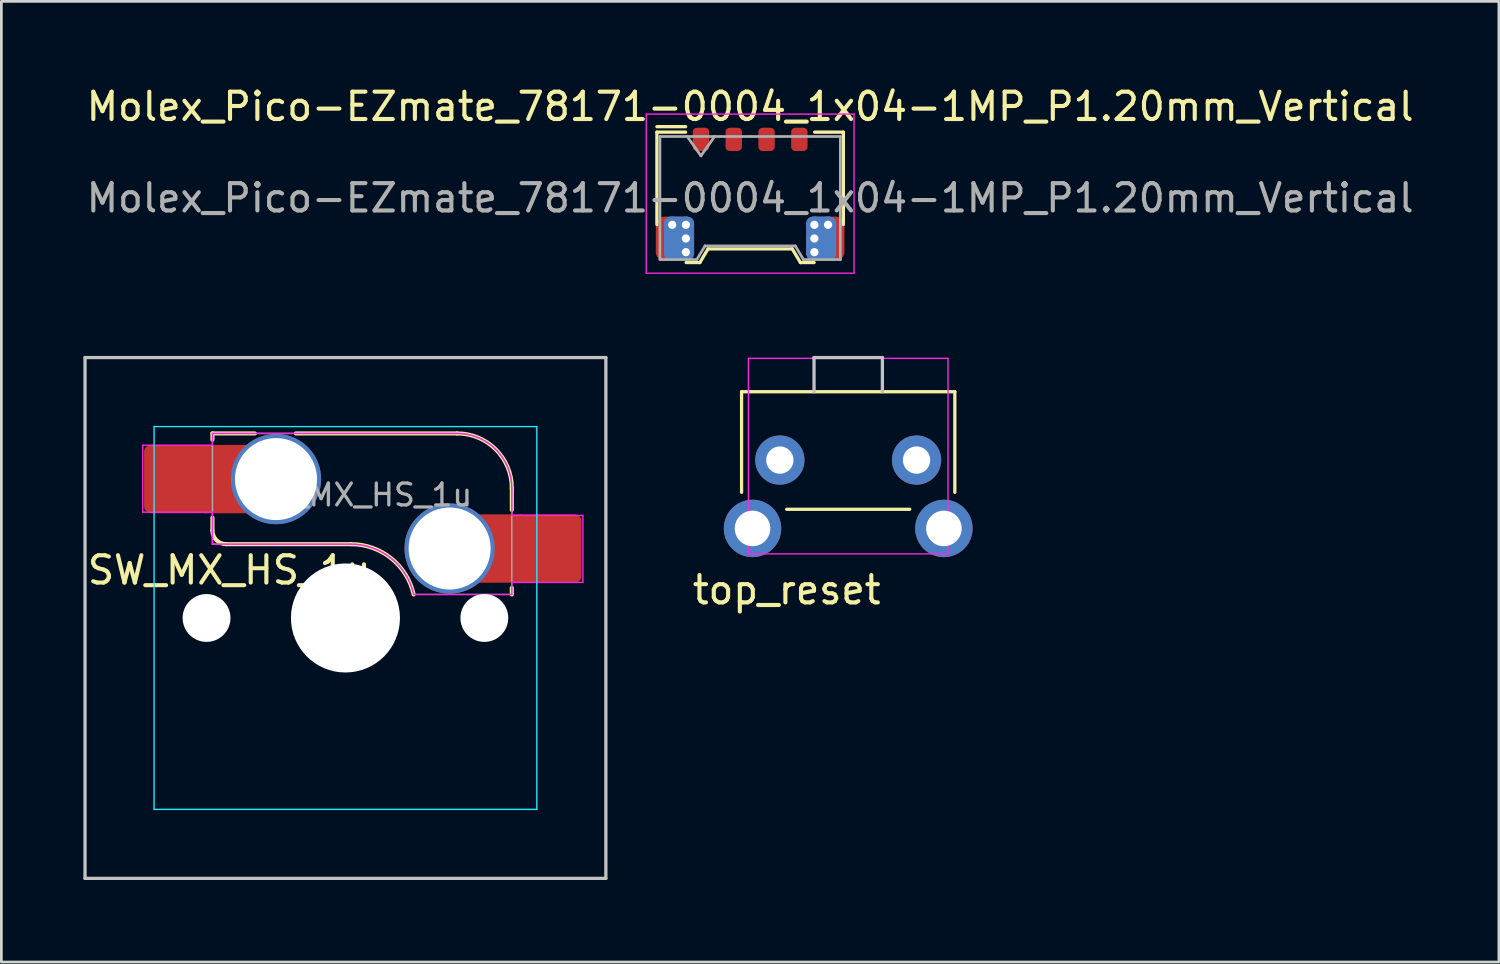
<source format=kicad_pcb>
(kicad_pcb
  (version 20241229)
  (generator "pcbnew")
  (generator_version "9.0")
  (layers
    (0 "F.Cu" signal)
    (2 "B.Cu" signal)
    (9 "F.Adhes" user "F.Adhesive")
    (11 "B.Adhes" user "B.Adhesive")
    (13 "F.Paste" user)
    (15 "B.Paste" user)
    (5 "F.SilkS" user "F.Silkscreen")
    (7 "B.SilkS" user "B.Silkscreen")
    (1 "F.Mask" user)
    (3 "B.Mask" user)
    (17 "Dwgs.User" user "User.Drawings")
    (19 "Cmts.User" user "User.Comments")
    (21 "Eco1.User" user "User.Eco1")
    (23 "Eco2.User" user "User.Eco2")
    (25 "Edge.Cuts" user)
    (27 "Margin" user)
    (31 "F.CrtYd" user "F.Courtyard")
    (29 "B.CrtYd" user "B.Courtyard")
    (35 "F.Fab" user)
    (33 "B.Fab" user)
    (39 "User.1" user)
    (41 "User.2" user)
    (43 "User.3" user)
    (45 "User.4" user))
  (footprint "SW_MX_HS_1u"
    (layer "F.Cu")
    (at 9.585 19.553)
    (property "Reference" "SW_MX_HS_1u" (at -4.25 -1.75 0) (layer "F.SilkS") (effects (font (size 1 1) (thickness 0.15))))
    (attr smd)
    (fp_line (start -4.865 -6.75) (end -4.865 -6.52) (stroke (width 0.15) (type solid)) (layer "F.SilkS"))
    (fp_line (start -4.865 -3.67) (end -4.865 -3.2) (stroke (width 0.15) (type solid)) (layer "F.SilkS"))
    (fp_line (start -4.365 -2.7) (end 0.2 -2.7) (stroke (width 0.15) (type solid)) (layer "F.SilkS"))
    (fp_line (start -3.315 -6.75) (end -4.865 -6.75) (stroke (width 0.15) (type solid)) (layer "F.SilkS"))
    (fp_line (start 4.085 -6.75) (end -1.815 -6.75) (stroke (width 0.15) (type solid)) (layer "F.SilkS"))
    (fp_line (start 6.085 -3.95) (end 6.085 -4.75) (stroke (width 0.15) (type solid)) (layer "F.SilkS"))
    (fp_line (start 6.085 -1.1) (end 6.085 -0.86) (stroke (width 0.15) (type solid)) (layer "F.SilkS"))
    (fp_arc (start -4.364824 -2.70022) (mid -4.718377 -2.846667) (end -4.864824 -3.20022) (stroke (width 0.15) (type solid)) (layer "F.SilkS"))
    (fp_arc (start 0.2 -2.70022) (mid 1.670693 -2.183637) (end 2.494322 -0.86022) (stroke (width 0.15) (type solid)) (layer "F.SilkS"))
    (fp_arc (start 4.085176 -6.75022) (mid 5.49939 -6.164434) (end 6.085176 -4.75022) (stroke (width 0.15) (type solid)) (layer "F.SilkS"))
    (fp_line (start -9.525 -9.525) (end 9.525 -9.525) (stroke (width 0.12) (type solid)) (layer "Dwgs.User"))
    (fp_line (start -9.525 9.525) (end -9.525 -9.525) (stroke (width 0.12) (type solid)) (layer "Dwgs.User"))
    (fp_line (start 9.525 -9.525) (end 9.525 9.525) (stroke (width 0.12) (type solid)) (layer "Dwgs.User"))
    (fp_line (start 9.525 9.525) (end -9.525 9.525) (stroke (width 0.12) (type solid)) (layer "Dwgs.User"))
    (fp_line (start -7 -6.5) (end -7 6.5) (stroke (width 0.05) (type solid)) (layer "Eco2.User"))
    (fp_line (start -6.5 7) (end 6.5 7) (stroke (width 0.05) (type solid)) (layer "Eco2.User"))
    (fp_line (start 6.5 -7) (end -6.5 -7) (stroke (width 0.05) (type solid)) (layer "Eco2.User"))
    (fp_line (start 7 6.5) (end 7 -6.5) (stroke (width 0.05) (type solid)) (layer "Eco2.User"))
    (fp_arc (start -7 -6.5) (mid -6.853553 -6.853553) (end -6.5 -7) (stroke (width 0.05) (type solid)) (layer "Eco2.User"))
    (fp_arc (start -6.497236 6.998884) (mid -6.850789 6.852437) (end -6.997236 6.498884) (stroke (width 0.05) (type solid)) (layer "Eco2.User"))
    (fp_arc (start 6.5 -7) (mid 6.853553 -6.853553) (end 7 -6.5) (stroke (width 0.05) (type solid)) (layer "Eco2.User"))
    (fp_arc (start 7 6.5) (mid 6.853553 6.853553) (end 6.5 7) (stroke (width 0.05) (type solid)) (layer "Eco2.User"))
    (fp_line (start -7 -7) (end 7 -7) (stroke (width 0.05) (type solid)) (layer "B.CrtYd"))
    (fp_line (start -7 7) (end -7 -7) (stroke (width 0.05) (type solid)) (layer "B.CrtYd"))
    (fp_line (start 7 -7) (end 7 7) (stroke (width 0.05) (type solid)) (layer "B.CrtYd"))
    (fp_line (start 7 7) (end -7 7) (stroke (width 0.05) (type solid)) (layer "B.CrtYd"))
    (fp_line (start -7.415 -6.32) (end -4.865 -6.32) (stroke (width 0.05) (type solid)) (layer "F.CrtYd"))
    (fp_line (start -7.415 -3.87) (end -7.415 -6.32) (stroke (width 0.05) (type solid)) (layer "F.CrtYd"))
    (fp_line (start -4.865 -6.75) (end -4.865 -6.32) (stroke (width 0.05) (type solid)) (layer "F.CrtYd"))
    (fp_line (start -4.865 -3.87) (end -7.415 -3.87) (stroke (width 0.05) (type solid)) (layer "F.CrtYd"))
    (fp_line (start -4.865 -3.87) (end -4.865 -2.7) (stroke (width 0.05) (type solid)) (layer "F.CrtYd"))
    (fp_line (start -4.865 -2.7) (end 0.2 -2.7) (stroke (width 0.05) (type solid)) (layer "F.CrtYd"))
    (fp_line (start 4.085 -6.75) (end -4.865 -6.75) (stroke (width 0.05) (type solid)) (layer "F.CrtYd"))
    (fp_line (start 6.085 -3.75) (end 6.085 -4.75) (stroke (width 0.05) (type solid)) (layer "F.CrtYd"))
    (fp_line (start 6.085 -3.75) (end 8.685 -3.75) (stroke (width 0.05) (type solid)) (layer "F.CrtYd"))
    (fp_line (start 6.085 -1.3) (end 6.085 -0.86) (stroke (width 0.05) (type solid)) (layer "F.CrtYd"))
    (fp_line (start 6.085 -0.86) (end 2.494 -0.86) (stroke (width 0.05) (type solid)) (layer "F.CrtYd"))
    (fp_line (start 8.685 -3.75) (end 8.685 -1.3) (stroke (width 0.05) (type solid)) (layer "F.CrtYd"))
    (fp_line (start 8.685 -1.3) (end 6.085 -1.3) (stroke (width 0.05) (type solid)) (layer "F.CrtYd"))
    (fp_arc (start 0.2 -2.70022) (mid 1.670503 -2.183399) (end 2.494322 -0.86022) (stroke (width 0.05) (type solid)) (layer "F.CrtYd"))
    (fp_arc (start 4.085176 -6.75022) (mid 5.49939 -6.164434) (end 6.085176 -4.75022) (stroke (width 0.05) (type solid)) (layer "F.CrtYd"))
    (fp_line (start -4.865 -6.75) (end -4.865 -2.7) (stroke (width 0.05) (type solid)) (layer "F.Fab"))
    (fp_line (start -4.865 -2.7) (end 0.2 -2.7) (stroke (width 0.05) (type solid)) (layer "F.Fab"))
    (fp_line (start 4.085 -6.75) (end -4.865 -6.75) (stroke (width 0.05) (type solid)) (layer "F.Fab"))
    (fp_line (start 6.085 -0.86) (end 2.494 -0.86) (stroke (width 0.05) (type solid)) (layer "F.Fab"))
    (fp_line (start 6.085 -0.86) (end 6.085 -4.75) (stroke (width 0.05) (type solid)) (layer "F.Fab"))
    (fp_arc (start 0.2 -2.70022) (mid 1.670503 -2.183399) (end 2.494322 -0.86022) (stroke (width 0.05) (type solid)) (layer "F.Fab"))
    (fp_arc (start 4.085176 -6.75022) (mid 5.49939 -6.164434) (end 6.085176 -4.75022) (stroke (width 0.05) (type solid)) (layer "F.Fab"))
    (fp_text user "${REFERENCE}" (at 0.5 -4.5 0) (layer "F.Fab") (effects (font (size 0.8 0.8) (thickness 0.12))))
    (pad "" np_thru_hole circle (at -5.08 0) (size 1.75 1.75) (drill 1.75) (layers "*.Cu" "*.Mask"))
    (pad "" np_thru_hole circle (at 0 0) (size 3.988 3.988) (drill 3.988) (layers "*.Cu" "*.Mask"))
    (pad "" np_thru_hole circle (at 5.08 0) (size 1.75 1.75) (drill 1.75) (layers "*.Cu" "*.Mask"))
    (pad "1" thru_hole circle (at 3.81 -2.54) (size 3.3 3.3) (drill 3) (layers "*.Cu" "*.Mask"))
    (pad "1" smd rect (at 5.635 -2.54 180) (size 1.65 2.5) (layers "F.Cu"))
    (pad "1" smd roundrect (at 7.36 -2.54) (size 2.55 2.5) (layers "F.Cu" "F.Mask" "F.Paste") (roundrect_rratio 0.1))
    (pad "2" smd roundrect (at -6.09 -5.08) (size 2.55 2.5) (layers "F.Cu" "F.Mask" "F.Paste") (roundrect_rratio 0.1))
    (pad "2" smd rect (at -4.34 -5.08) (size 1.65 2.5) (layers "F.Cu"))
    (pad "2" thru_hole circle (at -2.54 -5.08) (size 3.3 3.3) (drill 3) (layers "*.Cu" "*.Mask")))
  (footprint "Molex_Pico-EZmate_78171-0004_1x04-1MP_P1.20mm_Vertical"
    (layer "F.Cu")
    (at 24.387 3.923)
    (property "Reference" "Molex_Pico-EZmate_78171-0004_1x04-1MP_P1.20mm_Vertical" (at 0 -3.075 0) (layer "F.SilkS") (effects (font (size 1 1) (thickness 0.15))))
    (attr smd)
    (fp_line (start -3.41 -2.14) (end -2.36 -2.14) (stroke (width 0.12) (type solid)) (layer "F.SilkS"))
    (fp_line (start -3.41 1.24) (end -3.41 -2.14) (stroke (width 0.12) (type solid)) (layer "F.SilkS"))
    (fp_line (start -2.36 -2.34) (end -3.41 -2.34) (stroke (width 0.12) (type default)) (layer "F.SilkS"))
    (fp_line (start -2.34 2.63) (end -1.84 2.63) (stroke (width 0.12) (type solid)) (layer "F.SilkS"))
    (fp_line (start -1.84 2.63) (end -1.54 2.13) (stroke (width 0.12) (type solid)) (layer "F.SilkS"))
    (fp_line (start -1.54 2.13) (end 1.54 2.13) (stroke (width 0.12) (type solid)) (layer "F.SilkS"))
    (fp_line (start 1.54 2.13) (end 1.84 2.63) (stroke (width 0.12) (type solid)) (layer "F.SilkS"))
    (fp_line (start 1.84 2.63) (end 2.34 2.63) (stroke (width 0.12) (type solid)) (layer "F.SilkS"))
    (fp_line (start 3.41 -2.14) (end 2.36 -2.14) (stroke (width 0.12) (type solid)) (layer "F.SilkS"))
    (fp_line (start 3.41 1.24) (end 3.41 -2.14) (stroke (width 0.12) (type solid)) (layer "F.SilkS"))
    (fp_line (start -3.8 -2.8) (end -3.8 3.02) (stroke (width 0.05) (type solid)) (layer "F.CrtYd"))
    (fp_line (start -3.8 3.02) (end 3.8 3.02) (stroke (width 0.05) (type solid)) (layer "F.CrtYd"))
    (fp_line (start 3.8 -2.8) (end -3.8 -2.8) (stroke (width 0.05) (type solid)) (layer "F.CrtYd"))
    (fp_line (start 3.8 3.02) (end 3.8 -2.8) (stroke (width 0.05) (type solid)) (layer "F.CrtYd"))
    (fp_line (start -3.3 -1.98) (end -3.3 2.52) (stroke (width 0.1) (type solid)) (layer "F.Fab"))
    (fp_line (start -3.3 -1.98) (end 3.3 -1.98) (stroke (width 0.1) (type solid)) (layer "F.Fab"))
    (fp_line (start -3.3 2.52) (end -1.95 2.52) (stroke (width 0.1) (type solid)) (layer "F.Fab"))
    (fp_line (start -2.3 -1.98) (end -1.8 -1.273) (stroke (width 0.1) (type solid)) (layer "F.Fab"))
    (fp_line (start -1.95 2.52) (end -1.65 2.02) (stroke (width 0.1) (type solid)) (layer "F.Fab"))
    (fp_line (start -1.8 -1.273) (end -1.3 -1.98) (stroke (width 0.1) (type solid)) (layer "F.Fab"))
    (fp_line (start -1.65 2.02) (end 1.65 2.02) (stroke (width 0.1) (type solid)) (layer "F.Fab"))
    (fp_line (start 1.65 2.02) (end 1.95 2.52) (stroke (width 0.1) (type solid)) (layer "F.Fab"))
    (fp_line (start 1.95 2.52) (end 3.3 2.52) (stroke (width 0.1) (type solid)) (layer "F.Fab"))
    (fp_line (start 3.3 -1.98) (end 3.3 2.52) (stroke (width 0.1) (type solid)) (layer "F.Fab"))
    (fp_text user "${REFERENCE}" (at 0 0.27 0) (layer "F.Fab") (effects (font (size 1 1) (thickness 0.15))))
    (pad "1" smd roundrect (at -1.8 -1.875) (size 0.6 0.85) (layers "F.Cu" "F.Mask" "F.Paste") (roundrect_rratio 0.25))
    (pad "2" smd roundrect (at -0.6 -1.875) (size 0.6 0.85) (layers "F.Cu" "F.Mask" "F.Paste") (roundrect_rratio 0.25))
    (pad "3" smd roundrect (at 0.6 -1.875) (size 0.6 0.85) (layers "F.Cu" "F.Mask" "F.Paste") (roundrect_rratio 0.25))
    (pad "4" smd roundrect (at 1.8 -1.875) (size 0.6 0.85) (layers "F.Cu" "F.Mask" "F.Paste") (roundrect_rratio 0.25))
    (pad "MP" smd roundrect (at -2.95 1.9) (size 0.7 0.8) (layers "F.Cu" "F.Mask" "F.Paste") (roundrect_rratio 0.25))
    (pad "MP" thru_hole circle (at -2.85 1.25) (size 0.6 0.6) (drill 0.3) (layers "*.Cu"))
    (pad "MP" smd roundrect (at -2.75 1.75) (size 1.4 1.6) (layers "F.Cu") (roundrect_rratio 0.214))
    (pad "MP" smd roundrect (at -2.6 1.75) (size 1.1 1.6) (layers "B.Cu") (roundrect_rratio 0.214))
    (pad "MP" thru_hole circle (at -2.35 1.25) (size 0.6 0.6) (drill 0.3) (layers "*.Cu"))
    (pad "MP" thru_hole circle (at -2.35 1.75) (size 0.6 0.6) (drill 0.3) (layers "*.Cu"))
    (pad "MP" thru_hole circle (at -2.35 2.25) (size 0.6 0.6) (drill 0.3) (layers "*.Cu"))
    (pad "MP" thru_hole circle (at 2.35 1.25) (size 0.6 0.6) (drill 0.3) (layers "*.Cu"))
    (pad "MP" thru_hole circle (at 2.35 1.75) (size 0.6 0.6) (drill 0.3) (layers "*.Cu"))
    (pad "MP" thru_hole circle (at 2.35 2.25) (size 0.6 0.6) (drill 0.3) (layers "*.Cu"))
    (pad "MP" smd roundrect (at 2.6 1.75) (size 1.1 1.6) (layers "B.Cu") (roundrect_rratio 0.214))
    (pad "MP" smd roundrect (at 2.75 1.75) (size 1.4 1.6) (layers "F.Cu") (roundrect_rratio 0.214))
    (pad "MP" thru_hole circle (at 2.85 1.25) (size 0.6 0.6) (drill 0.3) (layers "*.Cu"))
    (pad "MP" smd roundrect (at 2.95 1.9) (size 0.7 0.8) (layers "F.Cu" "F.Mask" "F.Paste") (roundrect_rratio 0.25)))
  (footprint "top_reset"
    (layer "F.Cu")
    (at 27.974 15.028)
    (property "Reference" "top_reset" (at -2.25 3.5 0) (unlocked yes) (layer "F.SilkS") (effects (font (size 1 1) (thickness 0.15))))
    (attr through_hole)
    (fp_line (start -3.9 -3.75) (end 3.9 -3.75) (stroke (width 0.12) (type solid)) (layer "F.SilkS"))
    (fp_line (start -3.9 -0.07) (end -3.9 -3.75) (stroke (width 0.12) (type solid)) (layer "F.SilkS"))
    (fp_line (start -2.25 0.55) (end 2.25 0.55) (stroke (width 0.12) (type solid)) (layer "F.SilkS"))
    (fp_line (start 3.9 -0.07) (end 3.9 -3.75) (stroke (width 0.12) (type solid)) (layer "F.SilkS"))
    (fp_line (start -1.25 -5) (end 1.25 -5) (stroke (width 0.12) (type solid)) (layer "Dwgs.User"))
    (fp_line (start -1.25 -3.75) (end -1.25 -5) (stroke (width 0.12) (type solid)) (layer "Dwgs.User"))
    (fp_line (start 1.25 -3.75) (end 1.25 -5) (stroke (width 0.12) (type solid)) (layer "Dwgs.User"))
    (fp_line (start -3.65 -4.97) (end -3.65 2.18) (stroke (width 0.05) (type solid)) (layer "F.CrtYd"))
    (fp_line (start -3.65 -4.97) (end 3.65 -4.97) (stroke (width 0.05) (type solid)) (layer "F.CrtYd"))
    (fp_line (start -3.65 2.18) (end 3.65 2.18) (stroke (width 0.05) (type solid)) (layer "F.CrtYd"))
    (fp_line (start 3.65 -4.97) (end 3.65 2.18) (stroke (width 0.05) (type solid)) (layer "F.CrtYd"))
    (pad "1" thru_hole circle (at 2.5 -1.25) (size 1.8 1.8) (drill 1) (layers "*.Cu" "B.Mask"))
    (pad "2" thru_hole circle (at -2.5 -1.25) (size 1.8 1.8) (drill 1) (layers "*.Cu" "B.Mask"))
    (pad "MP" thru_hole circle (at -3.5 1.25) (size 2.1 2.1) (drill 1.3) (layers "*.Cu" "*.Mask"))
    (pad "MP" thru_hole circle (at 3.5 1.25) (size 2.1 2.1) (drill 1.3) (layers "*.Cu" "*.Mask")))
  (gr_rect
    (start -3 -3)
    (end 51.774 32.138)
    (stroke (width 0.1) (type default))
    (fill no)
    (layer "Edge.Cuts")))
</source>
